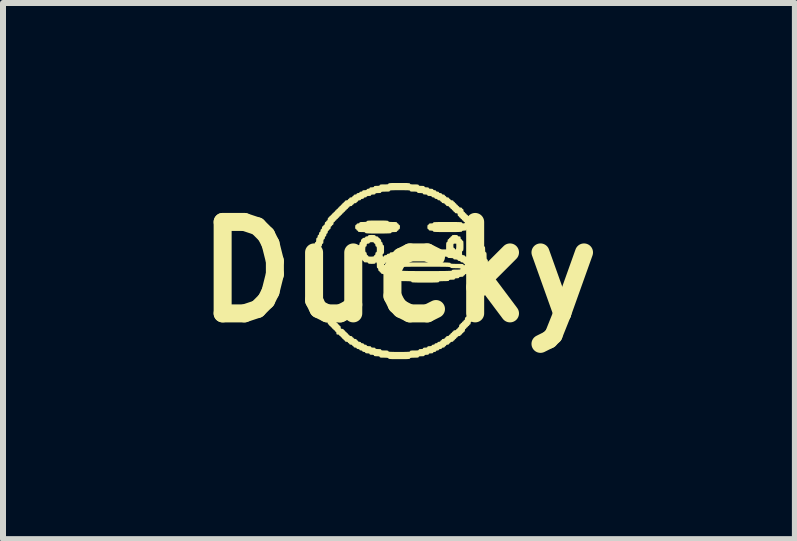
<source format=kicad_pcb>
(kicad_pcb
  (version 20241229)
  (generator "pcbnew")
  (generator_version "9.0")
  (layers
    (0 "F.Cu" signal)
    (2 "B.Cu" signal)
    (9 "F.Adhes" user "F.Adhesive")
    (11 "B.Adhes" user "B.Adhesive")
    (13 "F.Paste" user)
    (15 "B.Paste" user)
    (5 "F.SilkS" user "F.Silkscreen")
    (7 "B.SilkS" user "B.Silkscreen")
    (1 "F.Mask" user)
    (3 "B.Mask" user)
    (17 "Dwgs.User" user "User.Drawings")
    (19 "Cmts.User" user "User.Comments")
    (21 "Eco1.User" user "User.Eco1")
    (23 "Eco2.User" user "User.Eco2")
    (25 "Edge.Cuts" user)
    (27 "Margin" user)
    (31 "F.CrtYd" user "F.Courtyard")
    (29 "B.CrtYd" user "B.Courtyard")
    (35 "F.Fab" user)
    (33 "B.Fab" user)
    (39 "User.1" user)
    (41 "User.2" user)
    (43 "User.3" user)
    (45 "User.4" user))
  (footprint "Ducky"
    (layer "F.Cu")
    (at 3.6 1.484)
    (property "Reference" "Ducky" (at 0 0 0) (layer "F.SilkS") (effects (font (size 1.524 1.524) (thickness 0.3))))
    (attr board_only exclude_from_pos_files exclude_from_bom)
    (fp_poly (pts (xy -0.298 -0.858) (xy -0.253 -0.858) (xy -0.22 -0.857) (xy -0.198 -0.855) (xy -0.185 -0.853) (xy -0.178 -0.85) (xy -0.176 -0.846) (xy -0.174 -0.841) (xy -0.163 -0.837) (xy -0.143 -0.835) (xy -0.11 -0.834) (xy -0.104 -0.834) (xy -0.069 -0.834) (xy -0.047 -0.832) (xy -0.036 -0.829) (xy -0.032 -0.823) (xy -0.032 -0.822) (xy -0.026 -0.812) (xy -0.02 -0.81) (xy -0.009 -0.804) (xy -0.008 -0.798) (xy -0.002 -0.788) (xy 0.004 -0.786) (xy 0.012 -0.782) (xy 0.016 -0.765) (xy 0.016 -0.75) (xy 0.014 -0.726) (xy 0.009 -0.715) (xy 0.004 -0.714) (xy -0.007 -0.708) (xy -0.008 -0.702) (xy -0.014 -0.691) (xy -0.02 -0.69) (xy -0.031 -0.684) (xy -0.032 -0.678) (xy -0.036 -0.671) (xy -0.049 -0.667) (xy -0.074 -0.666) (xy -0.08 -0.666) (xy -0.108 -0.665) (xy -0.123 -0.662) (xy -0.128 -0.655) (xy -0.128 -0.654) (xy -0.13 -0.65) (xy -0.137 -0.647) (xy -0.149 -0.645) (xy -0.17 -0.644) (xy -0.201 -0.643) (xy -0.243 -0.642) (xy -0.299 -0.642) (xy -0.345 -0.642) (xy -0.41 -0.642) (xy -0.461 -0.642) (xy -0.5 -0.643) (xy -0.527 -0.644) (xy -0.545 -0.646) (xy -0.556 -0.648) (xy -0.561 -0.651) (xy -0.562 -0.654) (xy -0.565 -0.66) (xy -0.576 -0.664) (xy -0.599 -0.666) (xy -0.622 -0.666) (xy -0.654 -0.667) (xy -0.672 -0.669) (xy -0.681 -0.673) (xy -0.682 -0.678) (xy -0.688 -0.689) (xy -0.694 -0.69) (xy -0.705 -0.696) (xy -0.706 -0.702) (xy -0.712 -0.713) (xy -0.718 -0.714) (xy -0.726 -0.719) (xy -0.73 -0.735) (xy -0.73 -0.75) (xy -0.728 -0.774) (xy -0.723 -0.785) (xy -0.718 -0.786) (xy -0.707 -0.793) (xy -0.706 -0.798) (xy -0.699 -0.808) (xy -0.682 -0.81) (xy -0.663 -0.814) (xy -0.658 -0.822) (xy -0.655 -0.829) (xy -0.643 -0.832) (xy -0.621 -0.834) (xy -0.598 -0.834) (xy -0.566 -0.835) (xy -0.547 -0.837) (xy -0.539 -0.842) (xy -0.538 -0.846) (xy -0.536 -0.85) (xy -0.529 -0.853) (xy -0.515 -0.856) (xy -0.493 -0.857) (xy -0.46 -0.858) (xy -0.414 -0.858) (xy -0.357 -0.858)) (stroke (width 0) (type solid)) (fill yes) (layer "F.SilkS"))
    (fp_poly (pts (xy 0.959 -0.617) (xy 0.974 -0.614) (xy 0.979 -0.607) (xy 0.979 -0.606) (xy 0.986 -0.596) (xy 1.003 -0.594) (xy 1.02 -0.592) (xy 1.026 -0.582) (xy 1.027 -0.57) (xy 1.03 -0.551) (xy 1.039 -0.546) (xy 1.05 -0.539) (xy 1.051 -0.534) (xy 1.057 -0.523) (xy 1.063 -0.521) (xy 1.069 -0.519) (xy 1.072 -0.509) (xy 1.074 -0.49) (xy 1.075 -0.459) (xy 1.075 -0.437) (xy 1.075 -0.399) (xy 1.073 -0.374) (xy 1.071 -0.36) (xy 1.066 -0.354) (xy 1.063 -0.353) (xy 1.055 -0.348) (xy 1.051 -0.332) (xy 1.051 -0.317) (xy 1.052 -0.295) (xy 1.056 -0.284) (xy 1.066 -0.281) (xy 1.075 -0.281) (xy 1.094 -0.277) (xy 1.099 -0.269) (xy 1.106 -0.259) (xy 1.123 -0.257) (xy 1.142 -0.253) (xy 1.147 -0.245) (xy 1.154 -0.234) (xy 1.159 -0.233) (xy 1.17 -0.226) (xy 1.171 -0.221) (xy 1.178 -0.21) (xy 1.183 -0.209) (xy 1.193 -0.201) (xy 1.195 -0.185) (xy 1.199 -0.165) (xy 1.207 -0.16) (xy 1.213 -0.158) (xy 1.217 -0.147) (xy 1.219 -0.127) (xy 1.219 -0.093) (xy 1.219 -0.088) (xy 1.219 -0.016) (xy 1.195 -0.016) (xy 1.176 -0.012) (xy 1.171 -0.004) (xy 1.165 0.007) (xy 1.159 0.008) (xy 1.149 0.014) (xy 1.147 0.02) (xy 1.14 0.03) (xy 1.123 0.032) (xy 1.104 0.036) (xy 1.099 0.044) (xy 1.093 0.055) (xy 1.087 0.056) (xy 1.076 0.063) (xy 1.075 0.068) (xy 1.07 0.076) (xy 1.054 0.08) (xy 1.039 0.08) (xy 1.015 0.082) (xy 1.004 0.087) (xy 1.003 0.092) (xy 0.998 0.1) (xy 0.982 0.104) (xy 0.967 0.104) (xy 0.943 0.106) (xy 0.932 0.111) (xy 0.931 0.116) (xy 0.927 0.123) (xy 0.914 0.127) (xy 0.888 0.128) (xy 0.883 0.128) (xy 0.855 0.129) (xy 0.84 0.133) (xy 0.834 0.139) (xy 0.834 0.14) (xy 0.832 0.146) (xy 0.822 0.149) (xy 0.803 0.151) (xy 0.772 0.152) (xy 0.75 0.152) (xy 0.712 0.153) (xy 0.687 0.154) (xy 0.672 0.157) (xy 0.667 0.161) (xy 0.666 0.164) (xy 0.664 0.168) (xy 0.658 0.171) (xy 0.645 0.173) (xy 0.625 0.174) (xy 0.594 0.175) (xy 0.553 0.176) (xy 0.499 0.176) (xy 0.437 0.176) (xy 0.37 0.176) (xy 0.317 0.176) (xy 0.277 0.175) (xy 0.248 0.174) (xy 0.228 0.173) (xy 0.216 0.171) (xy 0.21 0.168) (xy 0.209 0.164) (xy 0.206 0.159) (xy 0.197 0.156) (xy 0.18 0.154) (xy 0.15 0.153) (xy 0.112 0.152) (xy 0.071 0.152) (xy 0.043 0.151) (xy 0.026 0.149) (xy 0.018 0.145) (xy 0.016 0.14) (xy 0.012 0.133) (xy -0.001 0.13) (xy -0.026 0.128) (xy -0.032 0.128) (xy -0.06 0.127) (xy -0.075 0.124) (xy -0.08 0.118) (xy -0.08 0.116) (xy -0.085 0.108) (xy -0.101 0.105) (xy -0.116 0.104) (xy -0.14 0.103) (xy -0.151 0.097) (xy -0.152 0.092) (xy -0.157 0.084) (xy -0.173 0.081) (xy -0.189 0.08) (xy -0.212 0.079) (xy -0.223 0.073) (xy -0.225 0.068) (xy -0.231 0.058) (xy -0.237 0.056) (xy -0.247 0.05) (xy -0.249 0.044) (xy -0.256 0.035) (xy -0.273 0.032) (xy -0.292 0.029) (xy -0.297 0.02) (xy -0.303 0.009) (xy -0.309 0.008) (xy -0.32 0.002) (xy -0.321 -0.004) (xy -0.327 -0.015) (xy -0.333 -0.016) (xy -0.342 -0.023) (xy -0.345 -0.04) (xy -0.347 -0.052) (xy -0.176 -0.052) (xy -0.174 -0.047) (xy -0.166 -0.044) (xy -0.149 -0.042) (xy -0.121 -0.041) (xy -0.08 -0.04) (xy -0.068 -0.04) (xy -0.024 -0.04) (xy 0.007 -0.039) (xy 0.026 -0.037) (xy 0.036 -0.034) (xy 0.04 -0.029) (xy 0.04 -0.028) (xy 0.042 -0.025) (xy 0.047 -0.023) (xy 0.058 -0.021) (xy 0.074 -0.02) (xy 0.099 -0.019) (xy 0.132 -0.018) (xy 0.175 -0.017) (xy 0.23 -0.017) (xy 0.297 -0.016) (xy 0.377 -0.016) (xy 0.461 -0.016) (xy 0.555 -0.016) (xy 0.634 -0.016) (xy 0.7 -0.017) (xy 0.753 -0.017) (xy 0.795 -0.018) (xy 0.827 -0.019) (xy 0.851 -0.02) (xy 0.867 -0.021) (xy 0.876 -0.023) (xy 0.881 -0.026) (xy 0.883 -0.028) (xy 0.885 -0.034) (xy 0.896 -0.038) (xy 0.916 -0.04) (xy 0.949 -0.04) (xy 0.955 -0.04) (xy 0.99 -0.041) (xy 1.012 -0.042) (xy 1.023 -0.046) (xy 1.027 -0.051) (xy 1.027 -0.052) (xy 1.024 -0.058) (xy 1.015 -0.061) (xy 0.996 -0.063) (xy 0.965 -0.064) (xy 0.943 -0.064) (xy 0.904 -0.065) (xy 0.879 -0.066) (xy 0.865 -0.069) (xy 0.859 -0.073) (xy 0.858 -0.076) (xy 0.857 -0.079) (xy 0.851 -0.081) (xy 0.841 -0.083) (xy 0.824 -0.085) (xy 0.799 -0.086) (xy 0.766 -0.087) (xy 0.722 -0.087) (xy 0.667 -0.088) (xy 0.599 -0.088) (xy 0.518 -0.088) (xy 0.449 -0.088) (xy 0.357 -0.088) (xy 0.279 -0.088) (xy 0.215 -0.088) (xy 0.163 -0.087) (xy 0.123 -0.087) (xy 0.092 -0.086) (xy 0.069 -0.084) (xy 0.054 -0.083) (xy 0.045 -0.081) (xy 0.041 -0.078) (xy 0.04 -0.076) (xy 0.038 -0.071) (xy 0.029 -0.068) (xy 0.013 -0.066) (xy -0.015 -0.065) (xy -0.056 -0.064) (xy -0.068 -0.064) (xy -0.113 -0.064) (xy -0.143 -0.063) (xy -0.163 -0.061) (xy -0.173 -0.058) (xy -0.176 -0.054) (xy -0.176 -0.052) (xy -0.347 -0.052) (xy -0.349 -0.059) (xy -0.357 -0.064) (xy -0.364 -0.068) (xy -0.368 -0.081) (xy -0.369 -0.107) (xy -0.369 -0.112) (xy -0.369 -0.124) (xy -0.249 -0.124) (xy -0.244 -0.116) (xy -0.228 -0.113) (xy -0.213 -0.112) (xy -0.189 -0.114) (xy -0.178 -0.119) (xy -0.176 -0.124) (xy -0.174 -0.129) (xy -0.166 -0.132) (xy -0.15 -0.135) (xy -0.124 -0.136) (xy -0.085 -0.136) (xy -0.056 -0.136) (xy -0.009 -0.137) (xy 0.024 -0.137) (xy 0.046 -0.139) (xy 0.058 -0.142) (xy 0.064 -0.146) (xy 0.064 -0.148) (xy 0.066 -0.151) (xy 0.071 -0.153) (xy 0.082 -0.155) (xy 0.099 -0.157) (xy 0.124 -0.158) (xy 0.158 -0.159) (xy 0.202 -0.16) (xy 0.258 -0.16) (xy 0.326 -0.16) (xy 0.409 -0.16) (xy 0.461 -0.16) (xy 0.552 -0.16) (xy 0.628 -0.16) (xy 0.691 -0.16) (xy 0.742 -0.159) (xy 0.781 -0.159) (xy 0.811 -0.158) (xy 0.832 -0.156) (xy 0.846 -0.155) (xy 0.854 -0.153) (xy 0.858 -0.15) (xy 0.858 -0.148) (xy 0.861 -0.143) (xy 0.869 -0.14) (xy 0.886 -0.138) (xy 0.914 -0.137) (xy 0.954 -0.136) (xy 0.967 -0.136) (xy 1.011 -0.136) (xy 1.042 -0.135) (xy 1.061 -0.133) (xy 1.071 -0.13) (xy 1.075 -0.126) (xy 1.075 -0.124) (xy 1.081 -0.114) (xy 1.087 -0.112) (xy 1.098 -0.119) (xy 1.099 -0.124) (xy 1.093 -0.135) (xy 1.087 -0.136) (xy 1.076 -0.143) (xy 1.075 -0.148) (xy 1.068 -0.158) (xy 1.051 -0.16) (xy 1.032 -0.164) (xy 1.027 -0.172) (xy 1.02 -0.182) (xy 1.003 -0.185) (xy 0.984 -0.188) (xy 0.979 -0.197) (xy 0.974 -0.204) (xy 0.958 -0.208) (xy 0.943 -0.209) (xy 0.919 -0.21) (xy 0.908 -0.216) (xy 0.907 -0.221) (xy 0.903 -0.228) (xy 0.89 -0.231) (xy 0.864 -0.233) (xy 0.858 -0.233) (xy 0.83 -0.234) (xy 0.815 -0.237) (xy 0.81 -0.243) (xy 0.81 -0.245) (xy 0.808 -0.25) (xy 0.798 -0.254) (xy 0.779 -0.256) (xy 0.748 -0.257) (xy 0.726 -0.257) (xy 0.688 -0.257) (xy 0.663 -0.258) (xy 0.648 -0.261) (xy 0.642 -0.266) (xy 0.642 -0.269) (xy 0.64 -0.272) (xy 0.634 -0.275) (xy 0.621 -0.277) (xy 0.6 -0.279) (xy 0.569 -0.28) (xy 0.527 -0.28) (xy 0.471 -0.281) (xy 0.425 -0.281) (xy 0.36 -0.281) (xy 0.309 -0.28) (xy 0.27 -0.28) (xy 0.243 -0.278) (xy 0.225 -0.277) (xy 0.214 -0.274) (xy 0.209 -0.271) (xy 0.209 -0.269) (xy 0.206 -0.263) (xy 0.197 -0.26) (xy 0.178 -0.258) (xy 0.147 -0.257) (xy 0.124 -0.257) (xy 0.086 -0.256) (xy 0.061 -0.255) (xy 0.047 -0.252) (xy 0.041 -0.248) (xy 0.04 -0.245) (xy 0.036 -0.238) (xy 0.023 -0.234) (xy -0.002 -0.233) (xy -0.008 -0.233) (xy -0.036 -0.232) (xy -0.051 -0.228) (xy -0.056 -0.222) (xy -0.056 -0.221) (xy -0.061 -0.213) (xy -0.077 -0.209) (xy -0.092 -0.209) (xy -0.116 -0.207) (xy -0.127 -0.202) (xy -0.128 -0.197) (xy -0.136 -0.187) (xy -0.152 -0.185) (xy -0.172 -0.181) (xy -0.176 -0.172) (xy -0.184 -0.163) (xy -0.201 -0.16) (xy -0.22 -0.157) (xy -0.225 -0.148) (xy -0.231 -0.138) (xy -0.237 -0.136) (xy -0.247 -0.13) (xy -0.249 -0.124) (xy -0.369 -0.124) (xy -0.37 -0.14) (xy -0.373 -0.155) (xy -0.38 -0.16) (xy -0.381 -0.16) (xy -0.392 -0.154) (xy -0.393 -0.148) (xy -0.396 -0.142) (xy -0.408 -0.138) (xy -0.43 -0.137) (xy -0.453 -0.136) (xy -0.485 -0.137) (xy -0.504 -0.139) (xy -0.512 -0.144) (xy -0.513 -0.148) (xy -0.518 -0.156) (xy -0.534 -0.16) (xy -0.55 -0.16) (xy -0.573 -0.162) (xy -0.584 -0.167) (xy -0.586 -0.172) (xy -0.592 -0.183) (xy -0.598 -0.185) (xy -0.608 -0.191) (xy -0.61 -0.197) (xy -0.616 -0.207) (xy -0.622 -0.209) (xy -0.631 -0.216) (xy -0.634 -0.233) (xy -0.637 -0.252) (xy -0.646 -0.257) (xy -0.655 -0.264) (xy -0.658 -0.281) (xy -0.661 -0.3) (xy -0.67 -0.305) (xy -0.676 -0.308) (xy -0.679 -0.318) (xy -0.681 -0.338) (xy -0.682 -0.372) (xy -0.682 -0.377) (xy -0.562 -0.377) (xy -0.561 -0.349) (xy -0.557 -0.334) (xy -0.551 -0.329) (xy -0.55 -0.329) (xy -0.54 -0.322) (xy -0.538 -0.305) (xy -0.534 -0.286) (xy -0.525 -0.281) (xy -0.515 -0.274) (xy -0.513 -0.269) (xy -0.51 -0.262) (xy -0.497 -0.258) (xy -0.471 -0.257) (xy -0.465 -0.257) (xy -0.437 -0.258) (xy -0.422 -0.261) (xy -0.417 -0.267) (xy -0.417 -0.269) (xy -0.411 -0.279) (xy -0.405 -0.281) (xy -0.396 -0.288) (xy -0.393 -0.305) (xy -0.39 -0.324) (xy -0.381 -0.329) (xy -0.374 -0.333) (xy -0.37 -0.346) (xy -0.369 -0.371) (xy -0.369 -0.377) (xy -0.37 -0.405) (xy -0.373 -0.42) (xy -0.38 -0.425) (xy -0.381 -0.425) (xy -0.391 -0.432) (xy -0.393 -0.449) (xy -0.397 -0.468) (xy -0.405 -0.473) (xy -0.416 -0.48) (xy -0.417 -0.485) (xy -0.422 -0.493) (xy -0.438 -0.497) (xy -0.453 -0.497) (xy -0.477 -0.496) (xy -0.488 -0.49) (xy -0.489 -0.485) (xy -0.497 -0.476) (xy -0.513 -0.473) (xy -0.531 -0.471) (xy -0.537 -0.462) (xy -0.538 -0.449) (xy -0.541 -0.43) (xy -0.55 -0.425) (xy -0.557 -0.422) (xy -0.56 -0.408) (xy -0.562 -0.383) (xy -0.562 -0.377) (xy -0.682 -0.377) (xy -0.681 -0.412) (xy -0.68 -0.434) (xy -0.676 -0.446) (xy -0.671 -0.449) (xy -0.67 -0.449) (xy -0.66 -0.456) (xy -0.658 -0.473) (xy -0.654 -0.492) (xy -0.646 -0.497) (xy -0.636 -0.505) (xy -0.634 -0.521) (xy -0.63 -0.541) (xy -0.622 -0.546) (xy -0.611 -0.552) (xy -0.61 -0.558) (xy -0.603 -0.567) (xy -0.586 -0.57) (xy -0.567 -0.573) (xy -0.562 -0.582) (xy -0.554 -0.591) (xy -0.538 -0.594) (xy -0.518 -0.597) (xy -0.513 -0.606) (xy -0.51 -0.612) (xy -0.499 -0.616) (xy -0.476 -0.617) (xy -0.453 -0.618) (xy -0.422 -0.617) (xy -0.403 -0.615) (xy -0.394 -0.61) (xy -0.393 -0.606) (xy -0.386 -0.596) (xy -0.369 -0.594) (xy -0.35 -0.59) (xy -0.345 -0.582) (xy -0.339 -0.571) (xy -0.333 -0.57) (xy -0.322 -0.563) (xy -0.321 -0.558) (xy -0.314 -0.547) (xy -0.309 -0.546) (xy -0.299 -0.538) (xy -0.297 -0.521) (xy -0.293 -0.502) (xy -0.285 -0.497) (xy -0.275 -0.49) (xy -0.273 -0.473) (xy -0.269 -0.454) (xy -0.261 -0.449) (xy -0.255 -0.446) (xy -0.251 -0.436) (xy -0.249 -0.416) (xy -0.249 -0.382) (xy -0.249 -0.377) (xy -0.249 -0.342) (xy -0.251 -0.32) (xy -0.254 -0.309) (xy -0.26 -0.305) (xy -0.261 -0.305) (xy -0.27 -0.298) (xy -0.273 -0.281) (xy -0.269 -0.262) (xy -0.261 -0.257) (xy -0.25 -0.263) (xy -0.249 -0.269) (xy -0.242 -0.278) (xy -0.225 -0.281) (xy -0.206 -0.284) (xy -0.201 -0.293) (xy -0.193 -0.302) (xy -0.176 -0.305) (xy -0.157 -0.308) (xy -0.152 -0.317) (xy -0.148 -0.325) (xy -0.132 -0.328) (xy -0.116 -0.329) (xy -0.093 -0.331) (xy -0.082 -0.336) (xy -0.08 -0.341) (xy -0.077 -0.347) (xy -0.066 -0.351) (xy -0.043 -0.353) (xy -0.02 -0.353) (xy 0.012 -0.354) (xy 0.03 -0.356) (xy 0.039 -0.36) (xy 0.04 -0.365) (xy 0.043 -0.371) (xy 0.052 -0.374) (xy 0.071 -0.376) (xy 0.102 -0.377) (xy 0.124 -0.377) (xy 0.163 -0.377) (xy 0.188 -0.379) (xy 0.202 -0.382) (xy 0.208 -0.386) (xy 0.209 -0.389) (xy 0.21 -0.393) (xy 0.217 -0.396) (xy 0.23 -0.398) (xy 0.251 -0.399) (xy 0.281 -0.4) (xy 0.324 -0.401) (xy 0.379 -0.401) (xy 0.425 -0.401) (xy 0.491 -0.401) (xy 0.542 -0.401) (xy 0.58 -0.4) (xy 0.607 -0.399) (xy 0.626 -0.397) (xy 0.636 -0.395) (xy 0.641 -0.392) (xy 0.642 -0.389) (xy 0.645 -0.383) (xy 0.655 -0.38) (xy 0.675 -0.378) (xy 0.709 -0.377) (xy 0.714 -0.377) (xy 0.786 -0.377) (xy 0.786 -0.437) (xy 0.907 -0.437) (xy 0.908 -0.413) (xy 0.913 -0.403) (xy 0.919 -0.401) (xy 0.929 -0.395) (xy 0.931 -0.389) (xy 0.937 -0.378) (xy 0.943 -0.377) (xy 0.95 -0.381) (xy 0.953 -0.394) (xy 0.955 -0.419) (xy 0.955 -0.425) (xy 0.955 -0.473) (xy 0.931 -0.473) (xy 0.916 -0.472) (xy 0.909 -0.466) (xy 0.907 -0.451) (xy 0.907 -0.437) (xy 0.786 -0.437) (xy 0.787 -0.469) (xy 0.789 -0.488) (xy 0.794 -0.496) (xy 0.798 -0.497) (xy 0.808 -0.505) (xy 0.81 -0.521) (xy 0.814 -0.541) (xy 0.822 -0.546) (xy 0.833 -0.552) (xy 0.834 -0.558) (xy 0.841 -0.568) (xy 0.846 -0.57) (xy 0.857 -0.576) (xy 0.858 -0.582) (xy 0.865 -0.592) (xy 0.87 -0.594) (xy 0.881 -0.6) (xy 0.883 -0.606) (xy 0.886 -0.613) (xy 0.899 -0.616) (xy 0.925 -0.618) (xy 0.931 -0.618)) (stroke (width 0) (type solid)) (fill yes) (layer "F.SilkS"))
    (fp_poly (pts (xy 0.063 -1.484) (xy 0.108 -1.484) (xy 0.141 -1.483) (xy 0.163 -1.481) (xy 0.176 -1.479) (xy 0.183 -1.476) (xy 0.185 -1.472) (xy 0.187 -1.466) (xy 0.198 -1.463) (xy 0.218 -1.461) (xy 0.251 -1.46) (xy 0.257 -1.46) (xy 0.292 -1.46) (xy 0.314 -1.458) (xy 0.325 -1.455) (xy 0.329 -1.449) (xy 0.329 -1.448) (xy 0.333 -1.441) (xy 0.346 -1.437) (xy 0.371 -1.436) (xy 0.377 -1.436) (xy 0.405 -1.435) (xy 0.42 -1.432) (xy 0.425 -1.425) (xy 0.425 -1.424) (xy 0.43 -1.416) (xy 0.446 -1.412) (xy 0.461 -1.412) (xy 0.485 -1.41) (xy 0.496 -1.405) (xy 0.497 -1.4) (xy 0.502 -1.392) (xy 0.518 -1.388) (xy 0.534 -1.388) (xy 0.557 -1.386) (xy 0.568 -1.381) (xy 0.57 -1.376) (xy 0.577 -1.366) (xy 0.594 -1.364) (xy 0.613 -1.36) (xy 0.618 -1.352) (xy 0.625 -1.342) (xy 0.642 -1.34) (xy 0.661 -1.336) (xy 0.666 -1.328) (xy 0.673 -1.318) (xy 0.69 -1.316) (xy 0.709 -1.312) (xy 0.714 -1.304) (xy 0.721 -1.294) (xy 0.738 -1.292) (xy 0.757 -1.288) (xy 0.762 -1.28) (xy 0.769 -1.269) (xy 0.774 -1.268) (xy 0.785 -1.261) (xy 0.786 -1.256) (xy 0.793 -1.246) (xy 0.81 -1.244) (xy 0.829 -1.24) (xy 0.834 -1.231) (xy 0.841 -1.221) (xy 0.846 -1.219) (xy 0.857 -1.213) (xy 0.858 -1.207) (xy 0.866 -1.198) (xy 0.883 -1.195) (xy 0.902 -1.192) (xy 0.907 -1.183) (xy 0.913 -1.173) (xy 0.919 -1.171) (xy 0.929 -1.165) (xy 0.931 -1.159) (xy 0.937 -1.149) (xy 0.943 -1.147) (xy 0.953 -1.141) (xy 0.955 -1.135) (xy 0.961 -1.125) (xy 0.967 -1.123) (xy 0.977 -1.117) (xy 0.979 -1.111) (xy 0.985 -1.101) (xy 0.991 -1.099) (xy 1.001 -1.093) (xy 1.003 -1.087) (xy 1.01 -1.078) (xy 1.027 -1.075) (xy 1.046 -1.071) (xy 1.051 -1.063) (xy 1.057 -1.052) (xy 1.063 -1.051) (xy 1.073 -1.044) (xy 1.075 -1.027) (xy 1.079 -1.008) (xy 1.087 -1.003) (xy 1.098 -0.996) (xy 1.099 -0.991) (xy 1.106 -0.98) (xy 1.111 -0.979) (xy 1.122 -0.972) (xy 1.123 -0.967) (xy 1.13 -0.956) (xy 1.135 -0.955) (xy 1.146 -0.948) (xy 1.147 -0.943) (xy 1.154 -0.932) (xy 1.159 -0.931) (xy 1.17 -0.924) (xy 1.171 -0.919) (xy 1.178 -0.908) (xy 1.183 -0.907) (xy 1.193 -0.899) (xy 1.195 -0.883) (xy 1.199 -0.863) (xy 1.207 -0.858) (xy 1.218 -0.852) (xy 1.219 -0.846) (xy 1.226 -0.836) (xy 1.231 -0.834) (xy 1.241 -0.827) (xy 1.244 -0.81) (xy 1.247 -0.791) (xy 1.256 -0.786) (xy 1.266 -0.78) (xy 1.268 -0.774) (xy 1.274 -0.764) (xy 1.28 -0.762) (xy 1.289 -0.755) (xy 1.292 -0.738) (xy 1.295 -0.719) (xy 1.304 -0.714) (xy 1.313 -0.707) (xy 1.316 -0.69) (xy 1.319 -0.671) (xy 1.328 -0.666) (xy 1.337 -0.659) (xy 1.34 -0.642) (xy 1.343 -0.623) (xy 1.352 -0.618) (xy 1.361 -0.611) (xy 1.364 -0.594) (xy 1.367 -0.575) (xy 1.376 -0.57) (xy 1.384 -0.565) (xy 1.387 -0.549) (xy 1.388 -0.534) (xy 1.39 -0.51) (xy 1.395 -0.499) (xy 1.4 -0.497) (xy 1.408 -0.493) (xy 1.412 -0.477) (xy 1.412 -0.461) (xy 1.414 -0.438) (xy 1.419 -0.427) (xy 1.424 -0.425) (xy 1.431 -0.422) (xy 1.435 -0.408) (xy 1.436 -0.383) (xy 1.436 -0.377) (xy 1.437 -0.349) (xy 1.44 -0.334) (xy 1.447 -0.329) (xy 1.448 -0.329) (xy 1.454 -0.326) (xy 1.458 -0.314) (xy 1.46 -0.292) (xy 1.46 -0.269) (xy 1.461 -0.237) (xy 1.463 -0.218) (xy 1.468 -0.21) (xy 1.472 -0.209) (xy 1.476 -0.207) (xy 1.479 -0.2) (xy 1.481 -0.186) (xy 1.483 -0.164) (xy 1.484 -0.131) (xy 1.484 -0.085) (xy 1.484 -0.028) (xy 1.484 0.031) (xy 1.484 0.076) (xy 1.483 0.108) (xy 1.481 0.131) (xy 1.479 0.144) (xy 1.476 0.151) (xy 1.472 0.152) (xy 1.466 0.155) (xy 1.463 0.166) (xy 1.461 0.186) (xy 1.46 0.219) (xy 1.46 0.225) (xy 1.46 0.26) (xy 1.458 0.282) (xy 1.455 0.293) (xy 1.449 0.297) (xy 1.448 0.297) (xy 1.441 0.301) (xy 1.437 0.314) (xy 1.436 0.339) (xy 1.436 0.345) (xy 1.435 0.373) (xy 1.432 0.388) (xy 1.425 0.393) (xy 1.424 0.393) (xy 1.416 0.398) (xy 1.412 0.414) (xy 1.412 0.429) (xy 1.41 0.453) (xy 1.405 0.464) (xy 1.4 0.465) (xy 1.392 0.47) (xy 1.388 0.486) (xy 1.388 0.501) (xy 1.386 0.525) (xy 1.381 0.536) (xy 1.376 0.538) (xy 1.366 0.545) (xy 1.364 0.562) (xy 1.36 0.581) (xy 1.352 0.586) (xy 1.342 0.593) (xy 1.34 0.61) (xy 1.336 0.629) (xy 1.328 0.634) (xy 1.318 0.641) (xy 1.316 0.658) (xy 1.312 0.677) (xy 1.304 0.682) (xy 1.294 0.689) (xy 1.292 0.706) (xy 1.288 0.725) (xy 1.28 0.73) (xy 1.27 0.737) (xy 1.268 0.754) (xy 1.264 0.773) (xy 1.256 0.778) (xy 1.245 0.785) (xy 1.244 0.79) (xy 1.237 0.801) (xy 1.231 0.802) (xy 1.221 0.809) (xy 1.219 0.814) (xy 1.213 0.825) (xy 1.207 0.826) (xy 1.198 0.834) (xy 1.195 0.85) (xy 1.192 0.87) (xy 1.183 0.874) (xy 1.173 0.881) (xy 1.171 0.887) (xy 1.165 0.897) (xy 1.159 0.899) (xy 1.149 0.905) (xy 1.147 0.911) (xy 1.141 0.921) (xy 1.135 0.923) (xy 1.125 0.929) (xy 1.123 0.935) (xy 1.117 0.945) (xy 1.111 0.947) (xy 1.102 0.954) (xy 1.099 0.971) (xy 1.096 0.99) (xy 1.087 0.995) (xy 1.076 1.001) (xy 1.075 1.007) (xy 1.069 1.017) (xy 1.063 1.019) (xy 1.052 1.025) (xy 1.051 1.031) (xy 1.045 1.042) (xy 1.039 1.043) (xy 1.028 1.049) (xy 1.027 1.055) (xy 1.02 1.065) (xy 1.003 1.067) (xy 0.984 1.071) (xy 0.979 1.079) (xy 0.972 1.09) (xy 0.967 1.091) (xy 0.956 1.098) (xy 0.955 1.103) (xy 0.948 1.114) (xy 0.943 1.115) (xy 0.932 1.122) (xy 0.931 1.127) (xy 0.924 1.138) (xy 0.919 1.139) (xy 0.908 1.146) (xy 0.907 1.151) (xy 0.899 1.161) (xy 0.883 1.163) (xy 0.863 1.167) (xy 0.858 1.175) (xy 0.852 1.186) (xy 0.846 1.187) (xy 0.836 1.194) (xy 0.834 1.199) (xy 0.827 1.209) (xy 0.81 1.211) (xy 0.791 1.215) (xy 0.786 1.223) (xy 0.78 1.234) (xy 0.774 1.236) (xy 0.764 1.242) (xy 0.762 1.248) (xy 0.755 1.257) (xy 0.738 1.26) (xy 0.719 1.263) (xy 0.714 1.272) (xy 0.707 1.281) (xy 0.69 1.284) (xy 0.671 1.287) (xy 0.666 1.296) (xy 0.659 1.305) (xy 0.642 1.308) (xy 0.623 1.311) (xy 0.618 1.32) (xy 0.611 1.329) (xy 0.594 1.332) (xy 0.575 1.335) (xy 0.57 1.344) (xy 0.565 1.352) (xy 0.549 1.355) (xy 0.534 1.356) (xy 0.51 1.357) (xy 0.499 1.363) (xy 0.497 1.368) (xy 0.493 1.376) (xy 0.477 1.379) (xy 0.461 1.38) (xy 0.438 1.381) (xy 0.427 1.387) (xy 0.425 1.392) (xy 0.422 1.399) (xy 0.408 1.403) (xy 0.383 1.404) (xy 0.377 1.404) (xy 0.349 1.405) (xy 0.334 1.408) (xy 0.329 1.415) (xy 0.329 1.416) (xy 0.326 1.422) (xy 0.316 1.426) (xy 0.295 1.427) (xy 0.262 1.428) (xy 0.257 1.428) (xy 0.222 1.429) (xy 0.2 1.43) (xy 0.188 1.434) (xy 0.185 1.439) (xy 0.185 1.44) (xy 0.183 1.444) (xy 0.176 1.447) (xy 0.162 1.449) (xy 0.14 1.451) (xy 0.107 1.452) (xy 0.061 1.452) (xy 0.004 1.452) (xy -0.055 1.452) (xy -0.1 1.452) (xy -0.133 1.451) (xy -0.155 1.449) (xy -0.168 1.447) (xy -0.175 1.444) (xy -0.176 1.44) (xy -0.179 1.434) (xy -0.19 1.431) (xy -0.21 1.429) (xy -0.243 1.428) (xy -0.249 1.428) (xy -0.284 1.428) (xy -0.306 1.426) (xy -0.317 1.422) (xy -0.321 1.417) (xy -0.321 1.416) (xy -0.325 1.409) (xy -0.338 1.405) (xy -0.363 1.404) (xy -0.369 1.404) (xy -0.397 1.403) (xy -0.412 1.4) (xy -0.417 1.393) (xy -0.417 1.392) (xy -0.422 1.384) (xy -0.438 1.38) (xy -0.453 1.38) (xy -0.477 1.378) (xy -0.488 1.373) (xy -0.489 1.368) (xy -0.494 1.36) (xy -0.51 1.356) (xy -0.525 1.356) (xy -0.549 1.354) (xy -0.56 1.349) (xy -0.562 1.344) (xy -0.569 1.334) (xy -0.586 1.332) (xy -0.605 1.328) (xy -0.61 1.32) (xy -0.617 1.31) (xy -0.634 1.308) (xy -0.653 1.304) (xy -0.658 1.296) (xy -0.665 1.286) (xy -0.682 1.284) (xy -0.701 1.28) (xy -0.706 1.272) (xy -0.713 1.262) (xy -0.73 1.26) (xy -0.749 1.256) (xy -0.754 1.248) (xy -0.761 1.237) (xy -0.766 1.236) (xy -0.777 1.229) (xy -0.778 1.223) (xy -0.785 1.214) (xy -0.802 1.211) (xy -0.821 1.208) (xy -0.826 1.199) (xy -0.833 1.189) (xy -0.838 1.187) (xy -0.849 1.181) (xy -0.85 1.175) (xy -0.858 1.166) (xy -0.874 1.163) (xy -0.894 1.16) (xy -0.899 1.151) (xy -0.905 1.141) (xy -0.911 1.139) (xy -0.921 1.133) (xy -0.923 1.127) (xy -0.929 1.117) (xy -0.935 1.115) (xy -0.945 1.109) (xy -0.947 1.103) (xy -0.953 1.092) (xy -0.959 1.091) (xy -0.969 1.085) (xy -0.971 1.079) (xy -0.977 1.068) (xy -0.983 1.067) (xy -0.993 1.061) (xy -0.995 1.055) (xy -1.002 1.045) (xy -1.019 1.043) (xy -1.036 1.041) (xy -1.042 1.032) (xy -1.043 1.019) (xy -1.047 1) (xy -1.055 0.995) (xy -1.066 0.988) (xy -1.067 0.983) (xy -1.073 0.972) (xy -1.079 0.971) (xy -1.09 0.964) (xy -1.091 0.959) (xy -1.098 0.948) (xy -1.103 0.947) (xy -1.114 0.94) (xy -1.115 0.935) (xy -1.122 0.924) (xy -1.127 0.923) (xy -1.138 0.916) (xy -1.139 0.911) (xy -1.146 0.9) (xy -1.151 0.899) (xy -1.162 0.892) (xy -1.163 0.887) (xy -1.17 0.876) (xy -1.175 0.874) (xy -1.185 0.867) (xy -1.187 0.85) (xy -1.191 0.831) (xy -1.199 0.826) (xy -1.21 0.82) (xy -1.211 0.814) (xy -1.218 0.804) (xy -1.223 0.802) (xy -1.233 0.795) (xy -1.236 0.778) (xy -1.239 0.759) (xy -1.248 0.754) (xy -1.258 0.748) (xy -1.26 0.742) (xy -1.266 0.731) (xy -1.272 0.73) (xy -1.281 0.723) (xy -1.284 0.706) (xy -1.287 0.687) (xy -1.296 0.682) (xy -1.305 0.675) (xy -1.308 0.658) (xy -1.311 0.639) (xy -1.32 0.634) (xy -1.329 0.627) (xy -1.332 0.61) (xy -1.335 0.591) (xy -1.344 0.586) (xy -1.353 0.578) (xy -1.356 0.562) (xy -1.359 0.542) (xy -1.368 0.538) (xy -1.376 0.533) (xy -1.379 0.517) (xy -1.38 0.501) (xy -1.381 0.478) (xy -1.387 0.467) (xy -1.392 0.465) (xy -1.4 0.461) (xy -1.403 0.445) (xy -1.404 0.429) (xy -1.406 0.405) (xy -1.411 0.395) (xy -1.416 0.393) (xy -1.423 0.389) (xy -1.427 0.376) (xy -1.428 0.351) (xy -1.428 0.345) (xy -1.429 0.317) (xy -1.432 0.302) (xy -1.439 0.297) (xy -1.44 0.297) (xy -1.446 0.294) (xy -1.45 0.284) (xy -1.452 0.263) (xy -1.452 0.23) (xy -1.452 0.225) (xy -1.453 0.189) (xy -1.454 0.167) (xy -1.458 0.156) (xy -1.463 0.152) (xy -1.464 0.152) (xy -1.468 0.151) (xy -1.471 0.143) (xy -1.473 0.129) (xy -1.475 0.106) (xy -1.476 0.072) (xy -1.476 0.026) (xy -1.476 -0.016) (xy -1.356 -0.016) (xy -1.356 0.041) (xy -1.355 0.084) (xy -1.354 0.114) (xy -1.353 0.134) (xy -1.35 0.146) (xy -1.347 0.152) (xy -1.344 0.152) (xy -1.338 0.155) (xy -1.334 0.166) (xy -1.332 0.186) (xy -1.332 0.219) (xy -1.332 0.225) (xy -1.331 0.26) (xy -1.33 0.282) (xy -1.326 0.293) (xy -1.321 0.297) (xy -1.32 0.297) (xy -1.313 0.301) (xy -1.309 0.314) (xy -1.308 0.339) (xy -1.308 0.345) (xy -1.307 0.373) (xy -1.304 0.388) (xy -1.297 0.393) (xy -1.296 0.393) (xy -1.286 0.4) (xy -1.284 0.417) (xy -1.28 0.436) (xy -1.272 0.441) (xy -1.264 0.446) (xy -1.26 0.462) (xy -1.26 0.477) (xy -1.258 0.501) (xy -1.253 0.512) (xy -1.248 0.513) (xy -1.238 0.521) (xy -1.236 0.538) (xy -1.232 0.557) (xy -1.223 0.562) (xy -1.214 0.569) (xy -1.211 0.586) (xy -1.208 0.605) (xy -1.199 0.61) (xy -1.19 0.617) (xy -1.187 0.634) (xy -1.184 0.653) (xy -1.175 0.658) (xy -1.165 0.664) (xy -1.163 0.67) (xy -1.157 0.681) (xy -1.151 0.682) (xy -1.142 0.689) (xy -1.139 0.706) (xy -1.136 0.725) (xy -1.127 0.73) (xy -1.117 0.736) (xy -1.115 0.742) (xy -1.109 0.753) (xy -1.103 0.754) (xy -1.094 0.761) (xy -1.091 0.778) (xy -1.088 0.797) (xy -1.079 0.802) (xy -1.068 0.809) (xy -1.067 0.814) (xy -1.061 0.825) (xy -1.055 0.826) (xy -1.044 0.833) (xy -1.043 0.838) (xy -1.037 0.849) (xy -1.031 0.85) (xy -1.02 0.857) (xy -1.019 0.862) (xy -1.012 0.873) (xy -1.007 0.874) (xy -0.996 0.881) (xy -0.995 0.887) (xy -0.988 0.897) (xy -0.983 0.899) (xy -0.973 0.906) (xy -0.971 0.923) (xy -0.969 0.94) (xy -0.959 0.946) (xy -0.947 0.947) (xy -0.928 0.95) (xy -0.923 0.959) (xy -0.916 0.969) (xy -0.911 0.971) (xy -0.9 0.977) (xy -0.899 0.983) (xy -0.892 0.993) (xy -0.887 0.995) (xy -0.876 1.001) (xy -0.874 1.007) (xy -0.868 1.017) (xy -0.862 1.019) (xy -0.852 1.025) (xy -0.85 1.031) (xy -0.844 1.042) (xy -0.838 1.043) (xy -0.828 1.049) (xy -0.826 1.055) (xy -0.819 1.065) (xy -0.802 1.067) (xy -0.783 1.071) (xy -0.778 1.079) (xy -0.772 1.09) (xy -0.766 1.091) (xy -0.756 1.098) (xy -0.754 1.103) (xy -0.747 1.113) (xy -0.73 1.115) (xy -0.711 1.119) (xy -0.706 1.127) (xy -0.7 1.138) (xy -0.694 1.139) (xy -0.683 1.146) (xy -0.682 1.151) (xy -0.675 1.161) (xy -0.658 1.163) (xy -0.639 1.167) (xy -0.634 1.175) (xy -0.627 1.185) (xy -0.61 1.187) (xy -0.591 1.191) (xy -0.586 1.199) (xy -0.578 1.209) (xy -0.562 1.211) (xy -0.542 1.215) (xy -0.538 1.223) (xy -0.533 1.231) (xy -0.517 1.235) (xy -0.501 1.236) (xy -0.478 1.237) (xy -0.467 1.242) (xy -0.465 1.248) (xy -0.461 1.255) (xy -0.445 1.259) (xy -0.429 1.26) (xy -0.405 1.261) (xy -0.395 1.266) (xy -0.393 1.272) (xy -0.389 1.279) (xy -0.376 1.282) (xy -0.351 1.284) (xy -0.345 1.284) (xy -0.317 1.285) (xy -0.302 1.288) (xy -0.297 1.294) (xy -0.297 1.296) (xy -0.294 1.302) (xy -0.282 1.306) (xy -0.26 1.307) (xy -0.237 1.308) (xy -0.205 1.308) (xy -0.186 1.311) (xy -0.178 1.315) (xy -0.176 1.32) (xy -0.175 1.324) (xy -0.168 1.327) (xy -0.154 1.329) (xy -0.132 1.33) (xy -0.099 1.331) (xy -0.053 1.332) (xy 0.004 1.332) (xy 0.063 1.332) (xy 0.108 1.331) (xy 0.141 1.33) (xy 0.163 1.329) (xy 0.176 1.327) (xy 0.183 1.324) (xy 0.185 1.32) (xy 0.187 1.314) (xy 0.198 1.31) (xy 0.218 1.308) (xy 0.251 1.308) (xy 0.257 1.308) (xy 0.292 1.307) (xy 0.314 1.306) (xy 0.325 1.302) (xy 0.329 1.297) (xy 0.329 1.296) (xy 0.334 1.288) (xy 0.35 1.284) (xy 0.365 1.284) (xy 0.389 1.282) (xy 0.4 1.277) (xy 0.401 1.272) (xy 0.406 1.264) (xy 0.422 1.26) (xy 0.437 1.26) (xy 0.461 1.258) (xy 0.472 1.253) (xy 0.473 1.248) (xy 0.478 1.24) (xy 0.494 1.236) (xy 0.509 1.236) (xy 0.533 1.234) (xy 0.544 1.229) (xy 0.546 1.223) (xy 0.553 1.214) (xy 0.57 1.211) (xy 0.589 1.208) (xy 0.594 1.199) (xy 0.601 1.19) (xy 0.618 1.187) (xy 0.637 1.184) (xy 0.642 1.175) (xy 0.649 1.166) (xy 0.666 1.163) (xy 0.685 1.16) (xy 0.69 1.151) (xy 0.696 1.141) (xy 0.702 1.139) (xy 0.713 1.133) (xy 0.714 1.127) (xy 0.721 1.118) (xy 0.738 1.115) (xy 0.757 1.112) (xy 0.762 1.103) (xy 0.769 1.092) (xy 0.774 1.091) (xy 0.785 1.085) (xy 0.786 1.079) (xy 0.793 1.07) (xy 0.81 1.067) (xy 0.829 1.063) (xy 0.834 1.055) (xy 0.841 1.044) (xy 0.846 1.043) (xy 0.857 1.037) (xy 0.858 1.031) (xy 0.865 1.02) (xy 0.87 1.019) (xy 0.881 1.012) (xy 0.883 1.007) (xy 0.889 0.996) (xy 0.895 0.995) (xy 0.905 0.988) (xy 0.907 0.983) (xy 0.914 0.973) (xy 0.931 0.971) (xy 0.95 0.967) (xy 0.955 0.959) (xy 0.961 0.948) (xy 0.967 0.947) (xy 0.977 0.94) (xy 0.979 0.935) (xy 0.985 0.924) (xy 0.991 0.923) (xy 1 0.915) (xy 1.003 0.899) (xy 1.006 0.879) (xy 1.015 0.874) (xy 1.026 0.868) (xy 1.027 0.862) (xy 1.033 0.852) (xy 1.039 0.85) (xy 1.05 0.844) (xy 1.051 0.838) (xy 1.057 0.828) (xy 1.063 0.826) (xy 1.074 0.82) (xy 1.075 0.814) (xy 1.081 0.804) (xy 1.087 0.802) (xy 1.097 0.795) (xy 1.099 0.778) (xy 1.103 0.759) (xy 1.111 0.754) (xy 1.122 0.748) (xy 1.123 0.742) (xy 1.13 0.731) (xy 1.135 0.73) (xy 1.146 0.724) (xy 1.147 0.718) (xy 1.154 0.707) (xy 1.159 0.706) (xy 1.169 0.699) (xy 1.171 0.682) (xy 1.175 0.663) (xy 1.183 0.658) (xy 1.193 0.651) (xy 1.195 0.634) (xy 1.199 0.615) (xy 1.207 0.61) (xy 1.217 0.603) (xy 1.219 0.586) (xy 1.223 0.567) (xy 1.231 0.562) (xy 1.241 0.554) (xy 1.244 0.538) (xy 1.247 0.518) (xy 1.256 0.513) (xy 1.263 0.509) (xy 1.267 0.493) (xy 1.268 0.477) (xy 1.269 0.454) (xy 1.275 0.443) (xy 1.28 0.441) (xy 1.289 0.434) (xy 1.292 0.417) (xy 1.295 0.398) (xy 1.304 0.393) (xy 1.311 0.389) (xy 1.314 0.376) (xy 1.316 0.351) (xy 1.316 0.345) (xy 1.317 0.317) (xy 1.32 0.302) (xy 1.326 0.297) (xy 1.328 0.297) (xy 1.334 0.294) (xy 1.337 0.284) (xy 1.339 0.263) (xy 1.34 0.23) (xy 1.34 0.225) (xy 1.34 0.189) (xy 1.342 0.167) (xy 1.345 0.156) (xy 1.351 0.152) (xy 1.352 0.152) (xy 1.356 0.151) (xy 1.359 0.143) (xy 1.361 0.129) (xy 1.363 0.106) (xy 1.363 0.072) (xy 1.364 0.026) (xy 1.364 -0.016) (xy 1.364 -0.073) (xy 1.363 -0.116) (xy 1.362 -0.146) (xy 1.361 -0.166) (xy 1.358 -0.178) (xy 1.355 -0.184) (xy 1.352 -0.185) (xy 1.346 -0.187) (xy 1.342 -0.198) (xy 1.34 -0.218) (xy 1.34 -0.251) (xy 1.34 -0.257) (xy 1.339 -0.292) (xy 1.338 -0.314) (xy 1.334 -0.325) (xy 1.329 -0.329) (xy 1.328 -0.329) (xy 1.321 -0.333) (xy 1.317 -0.346) (xy 1.316 -0.371) (xy 1.316 -0.377) (xy 1.315 -0.405) (xy 1.312 -0.42) (xy 1.305 -0.425) (xy 1.304 -0.425) (xy 1.294 -0.432) (xy 1.292 -0.449) (xy 1.288 -0.468) (xy 1.28 -0.473) (xy 1.272 -0.478) (xy 1.268 -0.494) (xy 1.268 -0.509) (xy 1.266 -0.533) (xy 1.261 -0.544) (xy 1.256 -0.546) (xy 1.246 -0.553) (xy 1.244 -0.57) (xy 1.24 -0.589) (xy 1.231 -0.594) (xy 1.222 -0.601) (xy 1.219 -0.618) (xy 1.216 -0.637) (xy 1.207 -0.642) (xy 1.198 -0.649) (xy 1.195 -0.666) (xy 1.192 -0.685) (xy 1.183 -0.69) (xy 1.173 -0.696) (xy 1.171 -0.702) (xy 1.164 -0.712) (xy 1.147 -0.714) (xy 1.128 -0.71) (xy 1.123 -0.702) (xy 1.118 -0.694) (xy 1.102 -0.69) (xy 1.087 -0.69) (xy 1.063 -0.688) (xy 1.052 -0.683) (xy 1.051 -0.678) (xy 1.049 -0.674) (xy 1.043 -0.672) (xy 1.031 -0.67) (xy 1.01 -0.668) (xy 0.981 -0.667) (xy 0.94 -0.666) (xy 0.887 -0.666) (xy 0.82 -0.666) (xy 0.81 -0.666) (xy 0.741 -0.666) (xy 0.686 -0.666) (xy 0.644 -0.667) (xy 0.613 -0.668) (xy 0.592 -0.669) (xy 0.579 -0.671) (xy 0.572 -0.674) (xy 0.57 -0.677) (xy 0.57 -0.678) (xy 0.565 -0.686) (xy 0.549 -0.689) (xy 0.534 -0.69) (xy 0.51 -0.692) (xy 0.499 -0.697) (xy 0.497 -0.702) (xy 0.491 -0.713) (xy 0.485 -0.714) (xy 0.477 -0.719) (xy 0.474 -0.735) (xy 0.473 -0.75) (xy 0.475 -0.774) (xy 0.48 -0.785) (xy 0.485 -0.786) (xy 0.496 -0.793) (xy 0.497 -0.798) (xy 0.502 -0.806) (xy 0.518 -0.81) (xy 0.534 -0.81) (xy 0.557 -0.812) (xy 0.568 -0.817) (xy 0.57 -0.822) (xy 0.571 -0.826) (xy 0.578 -0.829) (xy 0.59 -0.831) (xy 0.61 -0.832) (xy 0.64 -0.833) (xy 0.68 -0.834) (xy 0.733 -0.834) (xy 0.801 -0.834) (xy 0.81 -0.834) (xy 0.88 -0.834) (xy 0.934 -0.834) (xy 0.976 -0.833) (xy 1.007 -0.832) (xy 1.029 -0.831) (xy 1.042 -0.829) (xy 1.049 -0.826) (xy 1.051 -0.823) (xy 1.051 -0.822) (xy 1.058 -0.813) (xy 1.075 -0.81) (xy 1.094 -0.814) (xy 1.099 -0.822) (xy 1.093 -0.833) (xy 1.087 -0.834) (xy 1.076 -0.841) (xy 1.075 -0.846) (xy 1.069 -0.857) (xy 1.063 -0.858) (xy 1.052 -0.865) (xy 1.051 -0.87) (xy 1.045 -0.881) (xy 1.039 -0.883) (xy 1.028 -0.889) (xy 1.027 -0.895) (xy 1.02 -0.905) (xy 1.015 -0.907) (xy 1.004 -0.913) (xy 1.003 -0.919) (xy 0.996 -0.929) (xy 0.991 -0.931) (xy 0.981 -0.938) (xy 0.979 -0.955) (xy 0.977 -0.972) (xy 0.967 -0.978) (xy 0.955 -0.979) (xy 0.936 -0.982) (xy 0.931 -0.991) (xy 0.924 -1.001) (xy 0.919 -1.003) (xy 0.908 -1.009) (xy 0.907 -1.015) (xy 0.9 -1.026) (xy 0.895 -1.027) (xy 0.884 -1.033) (xy 0.883 -1.039) (xy 0.876 -1.05) (xy 0.87 -1.051) (xy 0.86 -1.057) (xy 0.858 -1.063) (xy 0.852 -1.074) (xy 0.846 -1.075) (xy 0.836 -1.081) (xy 0.834 -1.087) (xy 0.827 -1.097) (xy 0.81 -1.099) (xy 0.791 -1.103) (xy 0.786 -1.111) (xy 0.78 -1.122) (xy 0.774 -1.123) (xy 0.764 -1.13) (xy 0.762 -1.135) (xy 0.755 -1.145) (xy 0.738 -1.147) (xy 0.719 -1.151) (xy 0.714 -1.159) (xy 0.708 -1.17) (xy 0.702 -1.171) (xy 0.691 -1.178) (xy 0.69 -1.183) (xy 0.683 -1.193) (xy 0.666 -1.195) (xy 0.647 -1.199) (xy 0.642 -1.207) (xy 0.635 -1.217) (xy 0.618 -1.219) (xy 0.599 -1.223) (xy 0.594 -1.231) (xy 0.587 -1.241) (xy 0.57 -1.244) (xy 0.551 -1.247) (xy 0.546 -1.256) (xy 0.541 -1.263) (xy 0.525 -1.267) (xy 0.509 -1.268) (xy 0.486 -1.269) (xy 0.475 -1.275) (xy 0.473 -1.28) (xy 0.469 -1.288) (xy 0.453 -1.291) (xy 0.437 -1.292) (xy 0.413 -1.293) (xy 0.403 -1.299) (xy 0.401 -1.304) (xy 0.397 -1.311) (xy 0.384 -1.314) (xy 0.359 -1.316) (xy 0.353 -1.316) (xy 0.325 -1.317) (xy 0.31 -1.32) (xy 0.305 -1.326) (xy 0.305 -1.328) (xy 0.302 -1.334) (xy 0.29 -1.338) (xy 0.268 -1.34) (xy 0.245 -1.34) (xy 0.213 -1.34) (xy 0.194 -1.343) (xy 0.186 -1.347) (xy 0.185 -1.352) (xy 0.183 -1.356) (xy 0.176 -1.359) (xy 0.161 -1.361) (xy 0.138 -1.363) (xy 0.105 -1.363) (xy 0.058 -1.364) (xy 0.016 -1.364) (xy -0.041 -1.364) (xy -0.084 -1.363) (xy -0.114 -1.362) (xy -0.134 -1.361) (xy -0.146 -1.358) (xy -0.152 -1.355) (xy -0.152 -1.352) (xy -0.155 -1.346) (xy -0.166 -1.342) (xy -0.186 -1.34) (xy -0.219 -1.34) (xy -0.225 -1.34) (xy -0.26 -1.339) (xy -0.282 -1.338) (xy -0.293 -1.334) (xy -0.297 -1.329) (xy -0.297 -1.328) (xy -0.301 -1.321) (xy -0.314 -1.317) (xy -0.339 -1.316) (xy -0.345 -1.316) (xy -0.373 -1.315) (xy -0.388 -1.312) (xy -0.393 -1.305) (xy -0.393 -1.304) (xy -0.398 -1.296) (xy -0.414 -1.292) (xy -0.429 -1.292) (xy -0.453 -1.29) (xy -0.464 -1.285) (xy -0.465 -1.28) (xy -0.47 -1.272) (xy -0.486 -1.268) (xy -0.501 -1.268) (xy -0.525 -1.266) (xy -0.536 -1.261) (xy -0.538 -1.256) (xy -0.545 -1.246) (xy -0.562 -1.244) (xy -0.581 -1.24) (xy -0.586 -1.231) (xy -0.593 -1.222) (xy -0.61 -1.219) (xy -0.629 -1.216) (xy -0.634 -1.207) (xy -0.641 -1.198) (xy -0.658 -1.195) (xy -0.677 -1.192) (xy -0.682 -1.183) (xy -0.688 -1.173) (xy -0.694 -1.171) (xy -0.705 -1.165) (xy -0.706 -1.159) (xy -0.713 -1.15) (xy -0.73 -1.147) (xy -0.749 -1.144) (xy -0.754 -1.135) (xy -0.761 -1.125) (xy -0.766 -1.123) (xy -0.777 -1.117) (xy -0.778 -1.111) (xy -0.785 -1.102) (xy -0.802 -1.099) (xy -0.821 -1.096) (xy -0.826 -1.087) (xy -0.833 -1.076) (xy -0.838 -1.075) (xy -0.849 -1.069) (xy -0.85 -1.063) (xy -0.857 -1.052) (xy -0.862 -1.051) (xy -0.873 -1.045) (xy -0.874 -1.039) (xy -0.881 -1.028) (xy -0.887 -1.027) (xy -0.897 -1.02) (xy -0.899 -1.015) (xy -0.905 -1.004) (xy -0.911 -1.003) (xy -0.921 -0.996) (xy -0.923 -0.991) (xy -0.929 -0.98) (xy -0.935 -0.979) (xy -0.945 -0.972) (xy -0.947 -0.967) (xy -0.953 -0.956) (xy -0.959 -0.955) (xy -0.969 -0.948) (xy -0.971 -0.943) (xy -0.977 -0.932) (xy -0.983 -0.931) (xy -0.993 -0.924) (xy -0.995 -0.919) (xy -1.001 -0.908) (xy -1.007 -0.907) (xy -1.017 -0.9) (xy -1.019 -0.895) (xy -1.025 -0.884) (xy -1.031 -0.883) (xy -1.042 -0.876) (xy -1.043 -0.87) (xy -1.049 -0.86) (xy -1.055 -0.858) (xy -1.066 -0.852) (xy -1.067 -0.846) (xy -1.073 -0.836) (xy -1.079 -0.834) (xy -1.089 -0.827) (xy -1.091 -0.81) (xy -1.095 -0.791) (xy -1.103 -0.786) (xy -1.114 -0.78) (xy -1.115 -0.774) (xy -1.122 -0.764) (xy -1.127 -0.762) (xy -1.137 -0.755) (xy -1.139 -0.738) (xy -1.143 -0.719) (xy -1.151 -0.714) (xy -1.162 -0.708) (xy -1.163 -0.702) (xy -1.17 -0.691) (xy -1.175 -0.69) (xy -1.185 -0.683) (xy -1.187 -0.666) (xy -1.191 -0.647) (xy -1.199 -0.642) (xy -1.209 -0.635) (xy -1.211 -0.618) (xy -1.215 -0.599) (xy -1.223 -0.594) (xy -1.233 -0.587) (xy -1.236 -0.57) (xy -1.239 -0.551) (xy -1.248 -0.546) (xy -1.255 -0.541) (xy -1.259 -0.525) (xy -1.26 -0.509) (xy -1.261 -0.486) (xy -1.266 -0.475) (xy -1.272 -0.473) (xy -1.281 -0.466) (xy -1.284 -0.449) (xy -1.287 -0.43) (xy -1.296 -0.425) (xy -1.303 -0.422) (xy -1.306 -0.408) (xy -1.308 -0.383) (xy -1.308 -0.377) (xy -1.309 -0.349) (xy -1.312 -0.334) (xy -1.318 -0.329) (xy -1.32 -0.329) (xy -1.326 -0.326) (xy -1.329 -0.316) (xy -1.331 -0.295) (xy -1.332 -0.262) (xy -1.332 -0.257) (xy -1.332 -0.222) (xy -1.334 -0.2) (xy -1.337 -0.188) (xy -1.343 -0.185) (xy -1.344 -0.185) (xy -1.348 -0.183) (xy -1.351 -0.176) (xy -1.353 -0.161) (xy -1.355 -0.138) (xy -1.355 -0.105) (xy -1.356 -0.058) (xy -1.356 -0.016) (xy -1.476 -0.016) (xy -1.476 -0.073) (xy -1.476 -0.116) (xy -1.475 -0.146) (xy -1.473 -0.166) (xy -1.47 -0.178) (xy -1.467 -0.184) (xy -1.464 -0.185) (xy -1.458 -0.187) (xy -1.455 -0.198) (xy -1.453 -0.218) (xy -1.452 -0.251) (xy -1.452 -0.257) (xy -1.452 -0.292) (xy -1.45 -0.314) (xy -1.447 -0.325) (xy -1.441 -0.329) (xy -1.44 -0.329) (xy -1.433 -0.333) (xy -1.429 -0.346) (xy -1.428 -0.371) (xy -1.428 -0.377) (xy -1.427 -0.405) (xy -1.424 -0.42) (xy -1.417 -0.425) (xy -1.416 -0.425) (xy -1.408 -0.43) (xy -1.404 -0.446) (xy -1.404 -0.461) (xy -1.402 -0.485) (xy -1.397 -0.496) (xy -1.392 -0.497) (xy -1.384 -0.502) (xy -1.38 -0.518) (xy -1.38 -0.534) (xy -1.378 -0.557) (xy -1.373 -0.568) (xy -1.368 -0.57) (xy -1.358 -0.577) (xy -1.356 -0.594) (xy -1.352 -0.613) (xy -1.344 -0.618) (xy -1.334 -0.625) (xy -1.332 -0.642) (xy -1.328 -0.661) (xy -1.32 -0.666) (xy -1.31 -0.673) (xy -1.308 -0.69) (xy -1.304 -0.709) (xy -1.296 -0.714) (xy -1.286 -0.721) (xy -1.284 -0.738) (xy -1.28 -0.757) (xy -1.272 -0.762) (xy -1.261 -0.769) (xy -1.26 -0.774) (xy -1.253 -0.785) (xy -1.248 -0.786) (xy -1.238 -0.793) (xy -1.236 -0.81) (xy -1.232 -0.829) (xy -1.223 -0.834) (xy -1.213 -0.841) (xy -1.211 -0.846) (xy -1.205 -0.857) (xy -1.199 -0.858) (xy -1.19 -0.866) (xy -1.187 -0.883) (xy -1.184 -0.902) (xy -1.175 -0.907) (xy -1.165 -0.913) (xy -1.163 -0.919) (xy -1.157 -0.929) (xy -1.151 -0.931) (xy -1.141 -0.937) (xy -1.139 -0.943) (xy -1.133 -0.953) (xy -1.127 -0.955) (xy -1.117 -0.961) (xy -1.115 -0.967) (xy -1.109 -0.977) (xy -1.103 -0.979) (xy -1.092 -0.985) (xy -1.091 -0.991) (xy -1.085 -1.001) (xy -1.079 -1.003) (xy -1.068 -1.009) (xy -1.067 -1.015) (xy -1.061 -1.026) (xy -1.055 -1.027) (xy -1.044 -1.033) (xy -1.043 -1.039) (xy -1.037 -1.05) (xy -1.031 -1.051) (xy -1.02 -1.057) (xy -1.019 -1.063) (xy -1.012 -1.074) (xy -1.007 -1.075) (xy -0.996 -1.081) (xy -0.995 -1.087) (xy -0.988 -1.098) (xy -0.983 -1.099) (xy -0.972 -1.106) (xy -0.971 -1.111) (xy -0.964 -1.122) (xy -0.959 -1.123) (xy -0.948 -1.13) (xy -0.947 -1.135) (xy -0.94 -1.146) (xy -0.935 -1.147) (xy -0.924 -1.154) (xy -0.923 -1.159) (xy -0.916 -1.17) (xy -0.911 -1.171) (xy -0.9 -1.178) (xy -0.899 -1.183) (xy -0.891 -1.193) (xy -0.874 -1.195) (xy -0.855 -1.199) (xy -0.85 -1.207) (xy -0.844 -1.218) (xy -0.838 -1.219) (xy -0.828 -1.226) (xy -0.826 -1.231) (xy -0.819 -1.241) (xy -0.802 -1.244) (xy -0.783 -1.247) (xy -0.778 -1.256) (xy -0.772 -1.266) (xy -0.766 -1.268) (xy -0.756 -1.274) (xy -0.754 -1.28) (xy -0.747 -1.289) (xy -0.73 -1.292) (xy -0.711 -1.295) (xy -0.706 -1.304) (xy -0.699 -1.313) (xy -0.682 -1.316) (xy -0.663 -1.319) (xy -0.658 -1.328) (xy -0.651 -1.337) (xy -0.634 -1.34) (xy -0.615 -1.343) (xy -0.61 -1.352) (xy -0.605 -1.36) (xy -0.589 -1.363) (xy -0.574 -1.364) (xy -0.55 -1.365) (xy -0.539 -1.371) (xy -0.538 -1.376) (xy -0.53 -1.385) (xy -0.513 -1.388) (xy -0.494 -1.392) (xy -0.489 -1.4) (xy -0.485 -1.408) (xy -0.469 -1.412) (xy -0.453 -1.412) (xy -0.429 -1.414) (xy -0.419 -1.419) (xy -0.417 -1.424) (xy -0.413 -1.431) (xy -0.4 -1.435) (xy -0.375 -1.436) (xy -0.369 -1.436) (xy -0.341 -1.437) (xy -0.326 -1.44) (xy -0.321 -1.447) (xy -0.321 -1.448) (xy -0.318 -1.454) (xy -0.308 -1.458) (xy -0.287 -1.46) (xy -0.254 -1.46) (xy -0.249 -1.46) (xy -0.213 -1.461) (xy -0.192 -1.462) (xy -0.18 -1.466) (xy -0.177 -1.471) (xy -0.176 -1.472) (xy -0.175 -1.476) (xy -0.168 -1.479) (xy -0.154 -1.481) (xy -0.132 -1.483) (xy -0.099 -1.484) (xy -0.053 -1.484) (xy 0.004 -1.484)) (stroke (width 0) (type solid)) (fill yes) (layer "F.SilkS")))
  (gr_rect
    (start -3 -3)
    (end 10.199 5.936)
    (stroke (width 0.1) (type default))
    (fill no)
    (layer "Edge.Cuts")))
</source>
